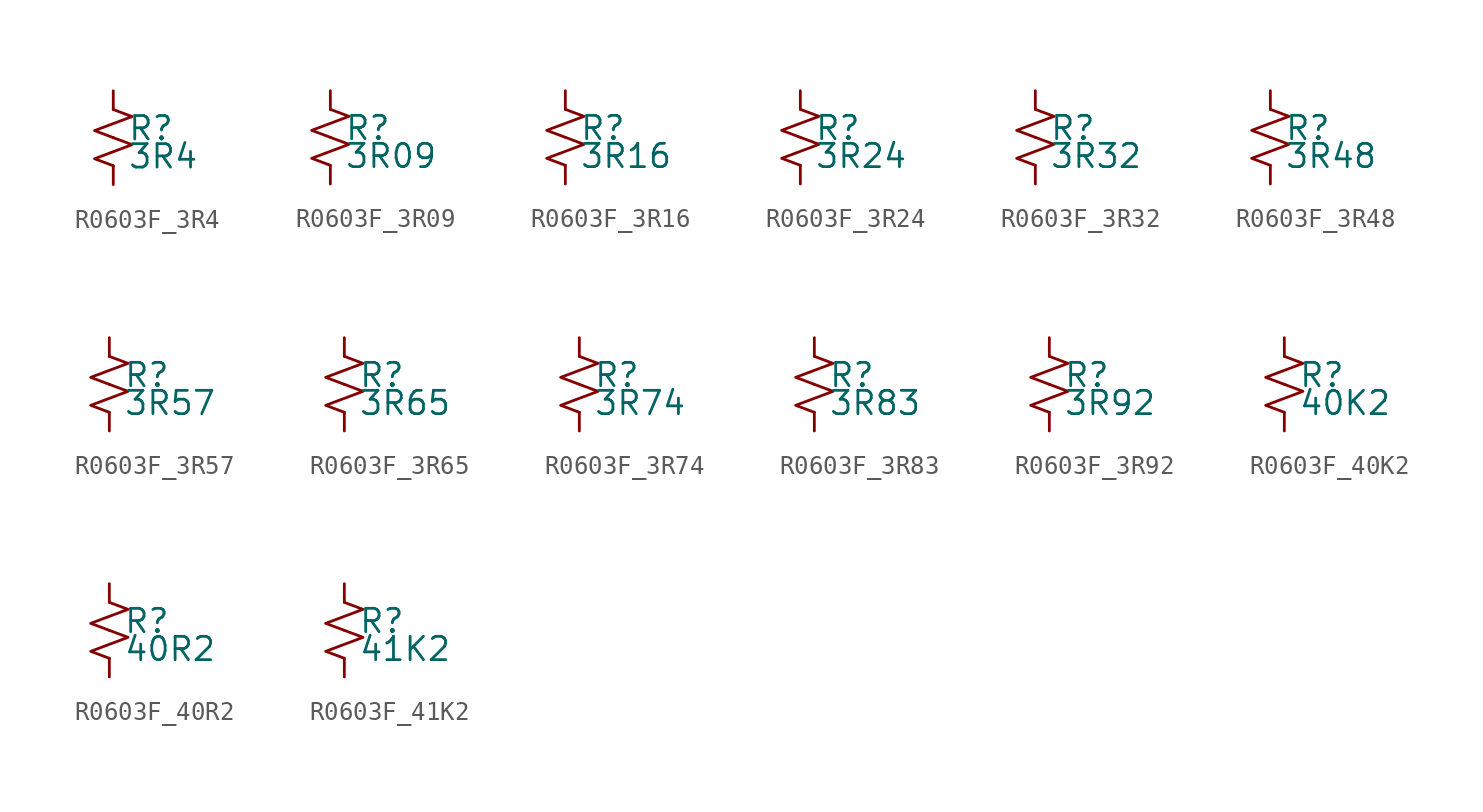
<source format=kicad_sym>
(kicad_symbol_lib
  (version 20220914)
  (generator kicad_symbol_editor)
  (symbol "R0603F_3R4"
    (pin_numbers hide)
    (pin_names
      (offset 0.254) hide)
    (property "Reference" "R"
      (at 0.762 0.508 0)
      (effects (font (size 1.27 1.27)) (justify left)))
    (property "Value" "3R4"
      (at 0.762 -1.016 0)
      (effects (font (size 1.27 1.27)) (justify left)))
    (symbol "R0603F_3R4_1_1"
      (polyline (pts (xy 0 0) (xy 1.016 -0.381) (xy 0 -0.762) (xy -1.016 -1.143) (xy 0 -1.524)) (stroke (width 0) (type default)) (fill (type none)))
      (polyline (pts (xy 0 1.524) (xy 1.016 1.143) (xy 0 0.762) (xy -1.016 0.381) (xy 0 0)) (stroke (width 0) (type default)) (fill (type none)))
      (pin passive line (at 0 2.54 270) (length 1.016) (name "~" (effects (font (size 1.27 1.27)))) (number "1" (effects (font (size 1.27 1.27)))))
      (pin passive line (at 0 -2.54 90) (length 1.016) (name "~" (effects (font (size 1.27 1.27)))) (number "2" (effects (font (size 1.27 1.27)))))))
  (symbol "R0603F_3R09"
    (pin_numbers hide)
    (pin_names
      (offset 0.254) hide)
    (property "Reference" "R"
      (at 0.762 0.508 0)
      (effects (font (size 1.27 1.27)) (justify left)))
    (property "Value" "3R09"
      (at 0.762 -1.016 0)
      (effects (font (size 1.27 1.27)) (justify left)))
    (symbol "R0603F_3R09_1_1"
      (polyline (pts (xy 0 0) (xy 1.016 -0.381) (xy 0 -0.762) (xy -1.016 -1.143) (xy 0 -1.524)) (stroke (width 0) (type default)) (fill (type none)))
      (polyline (pts (xy 0 1.524) (xy 1.016 1.143) (xy 0 0.762) (xy -1.016 0.381) (xy 0 0)) (stroke (width 0) (type default)) (fill (type none)))
      (pin passive line (at 0 2.54 270) (length 1.016) (name "~" (effects (font (size 1.27 1.27)))) (number "1" (effects (font (size 1.27 1.27)))))
      (pin passive line (at 0 -2.54 90) (length 1.016) (name "~" (effects (font (size 1.27 1.27)))) (number "2" (effects (font (size 1.27 1.27)))))))
  (symbol "R0603F_3R16"
    (pin_numbers hide)
    (pin_names
      (offset 0.254) hide)
    (property "Reference" "R"
      (at 0.762 0.508 0)
      (effects (font (size 1.27 1.27)) (justify left)))
    (property "Value" "3R16"
      (at 0.762 -1.016 0)
      (effects (font (size 1.27 1.27)) (justify left)))
    (symbol "R0603F_3R16_1_1"
      (polyline (pts (xy 0 0) (xy 1.016 -0.381) (xy 0 -0.762) (xy -1.016 -1.143) (xy 0 -1.524)) (stroke (width 0) (type default)) (fill (type none)))
      (polyline (pts (xy 0 1.524) (xy 1.016 1.143) (xy 0 0.762) (xy -1.016 0.381) (xy 0 0)) (stroke (width 0) (type default)) (fill (type none)))
      (pin passive line (at 0 2.54 270) (length 1.016) (name "~" (effects (font (size 1.27 1.27)))) (number "1" (effects (font (size 1.27 1.27)))))
      (pin passive line (at 0 -2.54 90) (length 1.016) (name "~" (effects (font (size 1.27 1.27)))) (number "2" (effects (font (size 1.27 1.27)))))))
  (symbol "R0603F_3R24"
    (pin_numbers hide)
    (pin_names
      (offset 0.254) hide)
    (property "Reference" "R"
      (at 0.762 0.508 0)
      (effects (font (size 1.27 1.27)) (justify left)))
    (property "Value" "3R24"
      (at 0.762 -1.016 0)
      (effects (font (size 1.27 1.27)) (justify left)))
    (symbol "R0603F_3R24_1_1"
      (polyline (pts (xy 0 0) (xy 1.016 -0.381) (xy 0 -0.762) (xy -1.016 -1.143) (xy 0 -1.524)) (stroke (width 0) (type default)) (fill (type none)))
      (polyline (pts (xy 0 1.524) (xy 1.016 1.143) (xy 0 0.762) (xy -1.016 0.381) (xy 0 0)) (stroke (width 0) (type default)) (fill (type none)))
      (pin passive line (at 0 2.54 270) (length 1.016) (name "~" (effects (font (size 1.27 1.27)))) (number "1" (effects (font (size 1.27 1.27)))))
      (pin passive line (at 0 -2.54 90) (length 1.016) (name "~" (effects (font (size 1.27 1.27)))) (number "2" (effects (font (size 1.27 1.27)))))))
  (symbol "R0603F_3R32"
    (pin_numbers hide)
    (pin_names
      (offset 0.254) hide)
    (property "Reference" "R"
      (at 0.762 0.508 0)
      (effects (font (size 1.27 1.27)) (justify left)))
    (property "Value" "3R32"
      (at 0.762 -1.016 0)
      (effects (font (size 1.27 1.27)) (justify left)))
    (symbol "R0603F_3R32_1_1"
      (polyline (pts (xy 0 0) (xy 1.016 -0.381) (xy 0 -0.762) (xy -1.016 -1.143) (xy 0 -1.524)) (stroke (width 0) (type default)) (fill (type none)))
      (polyline (pts (xy 0 1.524) (xy 1.016 1.143) (xy 0 0.762) (xy -1.016 0.381) (xy 0 0)) (stroke (width 0) (type default)) (fill (type none)))
      (pin passive line (at 0 2.54 270) (length 1.016) (name "~" (effects (font (size 1.27 1.27)))) (number "1" (effects (font (size 1.27 1.27)))))
      (pin passive line (at 0 -2.54 90) (length 1.016) (name "~" (effects (font (size 1.27 1.27)))) (number "2" (effects (font (size 1.27 1.27)))))))
  (symbol "R0603F_3R48"
    (pin_numbers hide)
    (pin_names
      (offset 0.254) hide)
    (property "Reference" "R"
      (at 0.762 0.508 0)
      (effects (font (size 1.27 1.27)) (justify left)))
    (property "Value" "3R48"
      (at 0.762 -1.016 0)
      (effects (font (size 1.27 1.27)) (justify left)))
    (symbol "R0603F_3R48_1_1"
      (polyline (pts (xy 0 0) (xy 1.016 -0.381) (xy 0 -0.762) (xy -1.016 -1.143) (xy 0 -1.524)) (stroke (width 0) (type default)) (fill (type none)))
      (polyline (pts (xy 0 1.524) (xy 1.016 1.143) (xy 0 0.762) (xy -1.016 0.381) (xy 0 0)) (stroke (width 0) (type default)) (fill (type none)))
      (pin passive line (at 0 2.54 270) (length 1.016) (name "~" (effects (font (size 1.27 1.27)))) (number "1" (effects (font (size 1.27 1.27)))))
      (pin passive line (at 0 -2.54 90) (length 1.016) (name "~" (effects (font (size 1.27 1.27)))) (number "2" (effects (font (size 1.27 1.27)))))))
  (symbol "R0603F_3R57"
    (pin_numbers hide)
    (pin_names
      (offset 0.254) hide)
    (property "Reference" "R"
      (at 0.762 0.508 0)
      (effects (font (size 1.27 1.27)) (justify left)))
    (property "Value" "3R57"
      (at 0.762 -1.016 0)
      (effects (font (size 1.27 1.27)) (justify left)))
    (symbol "R0603F_3R57_1_1"
      (polyline (pts (xy 0 0) (xy 1.016 -0.381) (xy 0 -0.762) (xy -1.016 -1.143) (xy 0 -1.524)) (stroke (width 0) (type default)) (fill (type none)))
      (polyline (pts (xy 0 1.524) (xy 1.016 1.143) (xy 0 0.762) (xy -1.016 0.381) (xy 0 0)) (stroke (width 0) (type default)) (fill (type none)))
      (pin passive line (at 0 2.54 270) (length 1.016) (name "~" (effects (font (size 1.27 1.27)))) (number "1" (effects (font (size 1.27 1.27)))))
      (pin passive line (at 0 -2.54 90) (length 1.016) (name "~" (effects (font (size 1.27 1.27)))) (number "2" (effects (font (size 1.27 1.27)))))))
  (symbol "R0603F_3R65"
    (pin_numbers hide)
    (pin_names
      (offset 0.254) hide)
    (property "Reference" "R"
      (at 0.762 0.508 0)
      (effects (font (size 1.27 1.27)) (justify left)))
    (property "Value" "3R65"
      (at 0.762 -1.016 0)
      (effects (font (size 1.27 1.27)) (justify left)))
    (symbol "R0603F_3R65_1_1"
      (polyline (pts (xy 0 0) (xy 1.016 -0.381) (xy 0 -0.762) (xy -1.016 -1.143) (xy 0 -1.524)) (stroke (width 0) (type default)) (fill (type none)))
      (polyline (pts (xy 0 1.524) (xy 1.016 1.143) (xy 0 0.762) (xy -1.016 0.381) (xy 0 0)) (stroke (width 0) (type default)) (fill (type none)))
      (pin passive line (at 0 2.54 270) (length 1.016) (name "~" (effects (font (size 1.27 1.27)))) (number "1" (effects (font (size 1.27 1.27)))))
      (pin passive line (at 0 -2.54 90) (length 1.016) (name "~" (effects (font (size 1.27 1.27)))) (number "2" (effects (font (size 1.27 1.27)))))))
  (symbol "R0603F_3R74"
    (pin_numbers hide)
    (pin_names
      (offset 0.254) hide)
    (property "Reference" "R"
      (at 0.762 0.508 0)
      (effects (font (size 1.27 1.27)) (justify left)))
    (property "Value" "3R74"
      (at 0.762 -1.016 0)
      (effects (font (size 1.27 1.27)) (justify left)))
    (symbol "R0603F_3R74_1_1"
      (polyline (pts (xy 0 0) (xy 1.016 -0.381) (xy 0 -0.762) (xy -1.016 -1.143) (xy 0 -1.524)) (stroke (width 0) (type default)) (fill (type none)))
      (polyline (pts (xy 0 1.524) (xy 1.016 1.143) (xy 0 0.762) (xy -1.016 0.381) (xy 0 0)) (stroke (width 0) (type default)) (fill (type none)))
      (pin passive line (at 0 2.54 270) (length 1.016) (name "~" (effects (font (size 1.27 1.27)))) (number "1" (effects (font (size 1.27 1.27)))))
      (pin passive line (at 0 -2.54 90) (length 1.016) (name "~" (effects (font (size 1.27 1.27)))) (number "2" (effects (font (size 1.27 1.27)))))))
  (symbol "R0603F_3R83"
    (pin_numbers hide)
    (pin_names
      (offset 0.254) hide)
    (property "Reference" "R"
      (at 0.762 0.508 0)
      (effects (font (size 1.27 1.27)) (justify left)))
    (property "Value" "3R83"
      (at 0.762 -1.016 0)
      (effects (font (size 1.27 1.27)) (justify left)))
    (symbol "R0603F_3R83_1_1"
      (polyline (pts (xy 0 0) (xy 1.016 -0.381) (xy 0 -0.762) (xy -1.016 -1.143) (xy 0 -1.524)) (stroke (width 0) (type default)) (fill (type none)))
      (polyline (pts (xy 0 1.524) (xy 1.016 1.143) (xy 0 0.762) (xy -1.016 0.381) (xy 0 0)) (stroke (width 0) (type default)) (fill (type none)))
      (pin passive line (at 0 2.54 270) (length 1.016) (name "~" (effects (font (size 1.27 1.27)))) (number "1" (effects (font (size 1.27 1.27)))))
      (pin passive line (at 0 -2.54 90) (length 1.016) (name "~" (effects (font (size 1.27 1.27)))) (number "2" (effects (font (size 1.27 1.27)))))))
  (symbol "R0603F_3R92"
    (pin_numbers hide)
    (pin_names
      (offset 0.254) hide)
    (property "Reference" "R"
      (at 0.762 0.508 0)
      (effects (font (size 1.27 1.27)) (justify left)))
    (property "Value" "3R92"
      (at 0.762 -1.016 0)
      (effects (font (size 1.27 1.27)) (justify left)))
    (symbol "R0603F_3R92_1_1"
      (polyline (pts (xy 0 0) (xy 1.016 -0.381) (xy 0 -0.762) (xy -1.016 -1.143) (xy 0 -1.524)) (stroke (width 0) (type default)) (fill (type none)))
      (polyline (pts (xy 0 1.524) (xy 1.016 1.143) (xy 0 0.762) (xy -1.016 0.381) (xy 0 0)) (stroke (width 0) (type default)) (fill (type none)))
      (pin passive line (at 0 2.54 270) (length 1.016) (name "~" (effects (font (size 1.27 1.27)))) (number "1" (effects (font (size 1.27 1.27)))))
      (pin passive line (at 0 -2.54 90) (length 1.016) (name "~" (effects (font (size 1.27 1.27)))) (number "2" (effects (font (size 1.27 1.27)))))))
  (symbol "R0603F_40K2"
    (pin_numbers hide)
    (pin_names
      (offset 0.254) hide)
    (property "Reference" "R"
      (at 0.762 0.508 0)
      (effects (font (size 1.27 1.27)) (justify left)))
    (property "Value" "40K2"
      (at 0.762 -1.016 0)
      (effects (font (size 1.27 1.27)) (justify left)))
    (symbol "R0603F_40K2_1_1"
      (polyline (pts (xy 0 0) (xy 1.016 -0.381) (xy 0 -0.762) (xy -1.016 -1.143) (xy 0 -1.524)) (stroke (width 0) (type default)) (fill (type none)))
      (polyline (pts (xy 0 1.524) (xy 1.016 1.143) (xy 0 0.762) (xy -1.016 0.381) (xy 0 0)) (stroke (width 0) (type default)) (fill (type none)))
      (pin passive line (at 0 2.54 270) (length 1.016) (name "~" (effects (font (size 1.27 1.27)))) (number "1" (effects (font (size 1.27 1.27)))))
      (pin passive line (at 0 -2.54 90) (length 1.016) (name "~" (effects (font (size 1.27 1.27)))) (number "2" (effects (font (size 1.27 1.27)))))))
  (symbol "R0603F_40R2"
    (pin_numbers hide)
    (pin_names
      (offset 0.254) hide)
    (property "Reference" "R"
      (at 0.762 0.508 0)
      (effects (font (size 1.27 1.27)) (justify left)))
    (property "Value" "40R2"
      (at 0.762 -1.016 0)
      (effects (font (size 1.27 1.27)) (justify left)))
    (symbol "R0603F_40R2_1_1"
      (polyline (pts (xy 0 0) (xy 1.016 -0.381) (xy 0 -0.762) (xy -1.016 -1.143) (xy 0 -1.524)) (stroke (width 0) (type default)) (fill (type none)))
      (polyline (pts (xy 0 1.524) (xy 1.016 1.143) (xy 0 0.762) (xy -1.016 0.381) (xy 0 0)) (stroke (width 0) (type default)) (fill (type none)))
      (pin passive line (at 0 2.54 270) (length 1.016) (name "~" (effects (font (size 1.27 1.27)))) (number "1" (effects (font (size 1.27 1.27)))))
      (pin passive line (at 0 -2.54 90) (length 1.016) (name "~" (effects (font (size 1.27 1.27)))) (number "2" (effects (font (size 1.27 1.27)))))))
  (symbol "R0603F_41K2"
    (pin_numbers hide)
    (pin_names
      (offset 0.254) hide)
    (property "Reference" "R"
      (at 0.762 0.508 0)
      (effects (font (size 1.27 1.27)) (justify left)))
    (property "Value" "41K2"
      (at 0.762 -1.016 0)
      (effects (font (size 1.27 1.27)) (justify left)))
    (symbol "R0603F_41K2_1_1"
      (polyline (pts (xy 0 0) (xy 1.016 -0.381) (xy 0 -0.762) (xy -1.016 -1.143) (xy 0 -1.524)) (stroke (width 0) (type default)) (fill (type none)))
      (polyline (pts (xy 0 1.524) (xy 1.016 1.143) (xy 0 0.762) (xy -1.016 0.381) (xy 0 0)) (stroke (width 0) (type default)) (fill (type none)))
      (pin passive line (at 0 2.54 270) (length 1.016) (name "~" (effects (font (size 1.27 1.27)))) (number "1" (effects (font (size 1.27 1.27)))))
      (pin passive line (at 0 -2.54 90) (length 1.016) (name "~" (effects (font (size 1.27 1.27)))) (number "2" (effects (font (size 1.27 1.27))))))))
</source>
